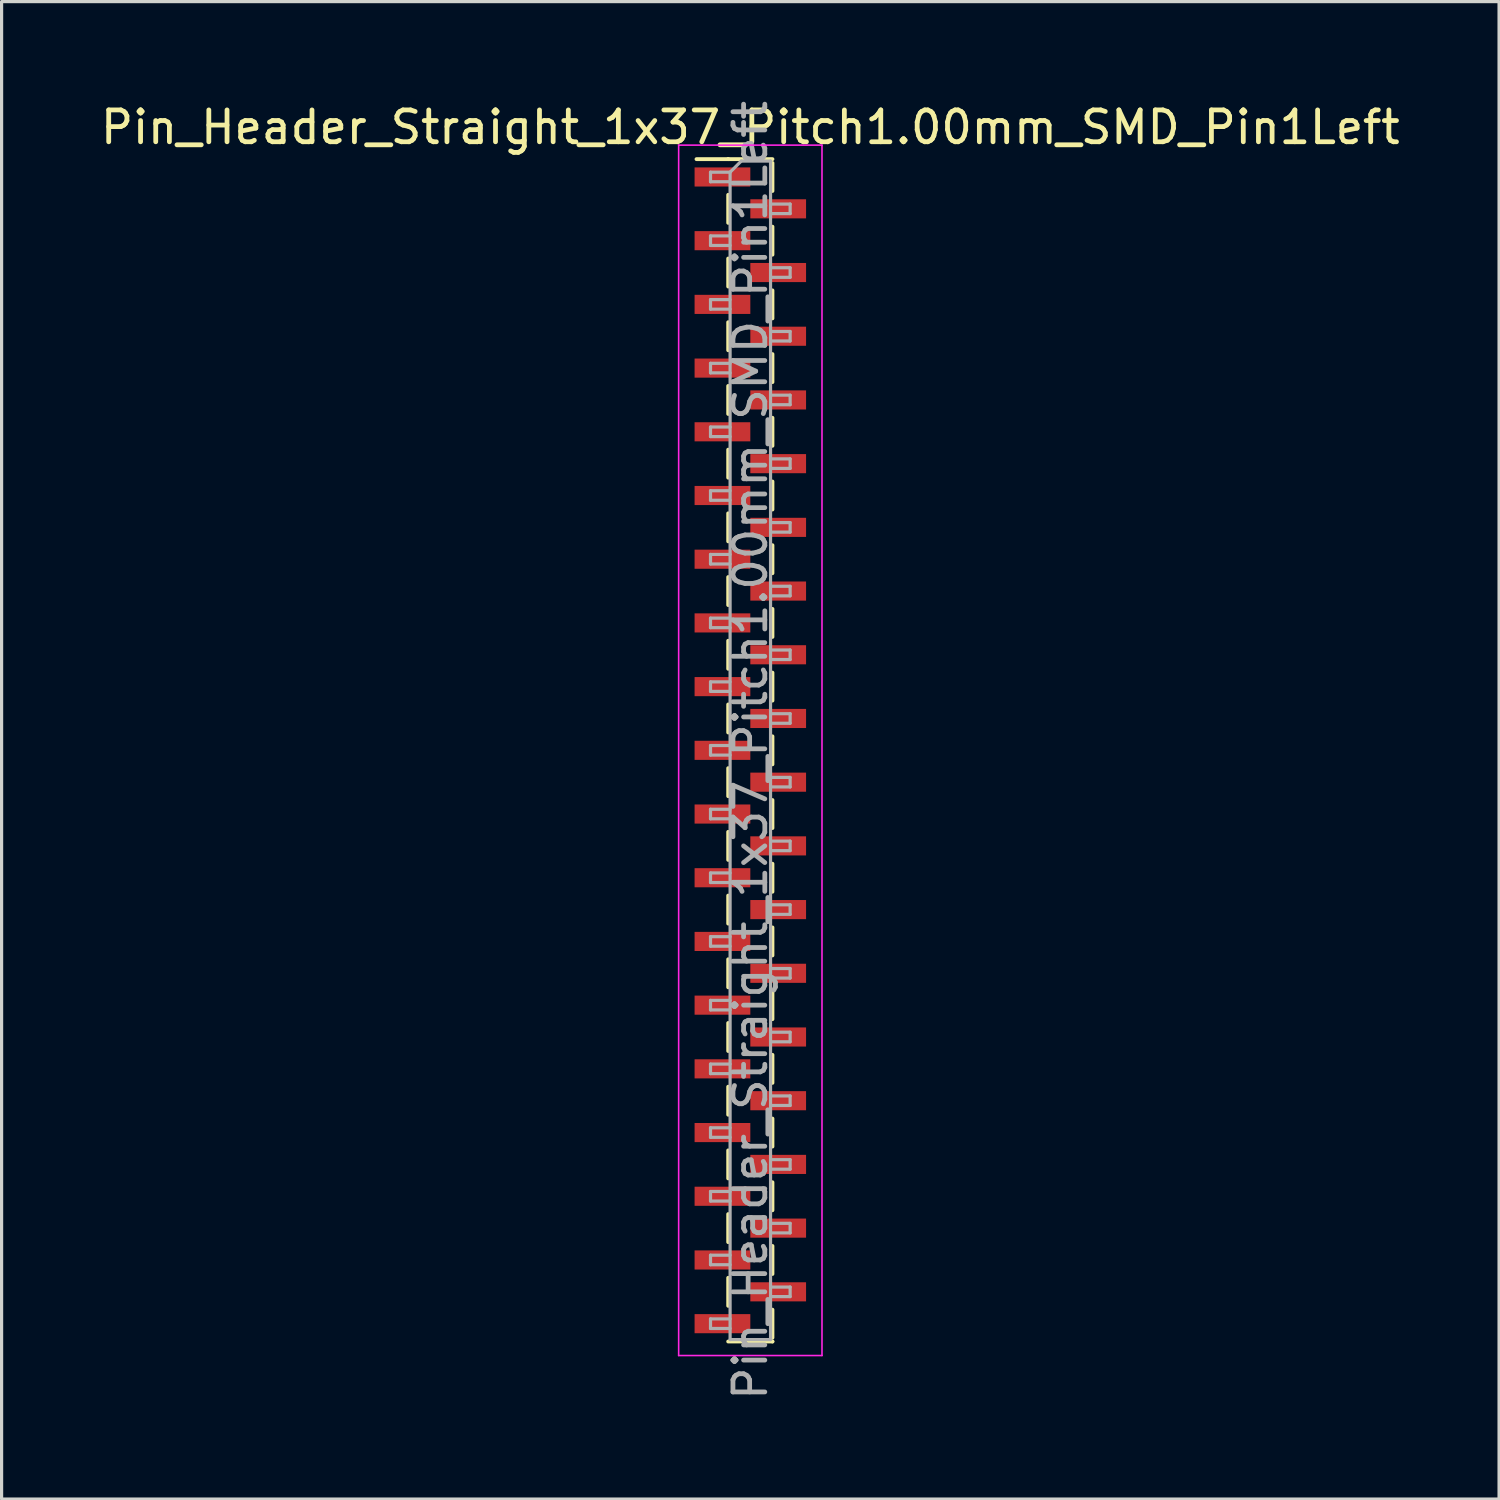
<source format=kicad_pcb>
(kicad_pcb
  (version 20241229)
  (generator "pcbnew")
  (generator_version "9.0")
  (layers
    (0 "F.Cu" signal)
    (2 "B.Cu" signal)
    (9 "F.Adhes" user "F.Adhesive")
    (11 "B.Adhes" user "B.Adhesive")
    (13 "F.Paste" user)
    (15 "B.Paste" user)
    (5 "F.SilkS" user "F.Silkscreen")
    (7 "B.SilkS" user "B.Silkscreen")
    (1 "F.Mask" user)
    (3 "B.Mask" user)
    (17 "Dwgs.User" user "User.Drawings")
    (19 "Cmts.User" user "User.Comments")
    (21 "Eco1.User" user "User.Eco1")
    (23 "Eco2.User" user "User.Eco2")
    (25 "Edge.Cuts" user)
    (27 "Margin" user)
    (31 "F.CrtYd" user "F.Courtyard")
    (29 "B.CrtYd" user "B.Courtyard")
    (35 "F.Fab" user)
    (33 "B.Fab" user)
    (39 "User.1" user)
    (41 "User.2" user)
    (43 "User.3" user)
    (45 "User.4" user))
  (footprint "Pin_Header_Straight_1x37_Pitch1.00mm_SMD_Pin1Left"
    (layer "F.Cu")
    (at 20.506 20.506)
    (property "Reference" "Pin_Header_Straight_1x37_Pitch1.00mm_SMD_Pin1Left" (at 0 -19.56 0) (layer "F.SilkS") (effects (font (size 1 1) (thickness 0.15))))
    (attr smd)
    (fp_line (start -0.695 -18.56) (end -1.69 -18.56) (stroke (width 0.12) (type solid)) (layer "F.SilkS"))
    (fp_line (start -0.695 -18.56) (end -0.695 -18.56) (stroke (width 0.12) (type solid)) (layer "F.SilkS"))
    (fp_line (start -0.695 -18.56) (end 0.695 -18.56) (stroke (width 0.12) (type solid)) (layer "F.SilkS"))
    (fp_line (start -0.695 -17.44) (end -0.695 -16.56) (stroke (width 0.12) (type solid)) (layer "F.SilkS"))
    (fp_line (start -0.695 -15.44) (end -0.695 -14.56) (stroke (width 0.12) (type solid)) (layer "F.SilkS"))
    (fp_line (start -0.695 -13.44) (end -0.695 -12.56) (stroke (width 0.12) (type solid)) (layer "F.SilkS"))
    (fp_line (start -0.695 -11.44) (end -0.695 -10.56) (stroke (width 0.12) (type solid)) (layer "F.SilkS"))
    (fp_line (start -0.695 -9.44) (end -0.695 -8.56) (stroke (width 0.12) (type solid)) (layer "F.SilkS"))
    (fp_line (start -0.695 -7.44) (end -0.695 -6.56) (stroke (width 0.12) (type solid)) (layer "F.SilkS"))
    (fp_line (start -0.695 -5.44) (end -0.695 -4.56) (stroke (width 0.12) (type solid)) (layer "F.SilkS"))
    (fp_line (start -0.695 -3.44) (end -0.695 -2.56) (stroke (width 0.12) (type solid)) (layer "F.SilkS"))
    (fp_line (start -0.695 -1.44) (end -0.695 -0.56) (stroke (width 0.12) (type solid)) (layer "F.SilkS"))
    (fp_line (start -0.695 0.56) (end -0.695 1.44) (stroke (width 0.12) (type solid)) (layer "F.SilkS"))
    (fp_line (start -0.695 2.56) (end -0.695 3.44) (stroke (width 0.12) (type solid)) (layer "F.SilkS"))
    (fp_line (start -0.695 4.56) (end -0.695 5.44) (stroke (width 0.12) (type solid)) (layer "F.SilkS"))
    (fp_line (start -0.695 6.56) (end -0.695 7.44) (stroke (width 0.12) (type solid)) (layer "F.SilkS"))
    (fp_line (start -0.695 8.56) (end -0.695 9.44) (stroke (width 0.12) (type solid)) (layer "F.SilkS"))
    (fp_line (start -0.695 10.56) (end -0.695 11.44) (stroke (width 0.12) (type solid)) (layer "F.SilkS"))
    (fp_line (start -0.695 12.56) (end -0.695 13.44) (stroke (width 0.12) (type solid)) (layer "F.SilkS"))
    (fp_line (start -0.695 14.56) (end -0.695 15.44) (stroke (width 0.12) (type solid)) (layer "F.SilkS"))
    (fp_line (start -0.695 16.56) (end -0.695 17.44) (stroke (width 0.12) (type solid)) (layer "F.SilkS"))
    (fp_line (start -0.695 18.56) (end 0.695 18.56) (stroke (width 0.12) (type solid)) (layer "F.SilkS"))
    (fp_line (start 0.695 -18.44) (end 0.695 -17.56) (stroke (width 0.12) (type solid)) (layer "F.SilkS"))
    (fp_line (start 0.695 -16.44) (end 0.695 -15.56) (stroke (width 0.12) (type solid)) (layer "F.SilkS"))
    (fp_line (start 0.695 -14.44) (end 0.695 -13.56) (stroke (width 0.12) (type solid)) (layer "F.SilkS"))
    (fp_line (start 0.695 -12.44) (end 0.695 -11.56) (stroke (width 0.12) (type solid)) (layer "F.SilkS"))
    (fp_line (start 0.695 -10.44) (end 0.695 -9.56) (stroke (width 0.12) (type solid)) (layer "F.SilkS"))
    (fp_line (start 0.695 -8.44) (end 0.695 -7.56) (stroke (width 0.12) (type solid)) (layer "F.SilkS"))
    (fp_line (start 0.695 -6.44) (end 0.695 -5.56) (stroke (width 0.12) (type solid)) (layer "F.SilkS"))
    (fp_line (start 0.695 -4.44) (end 0.695 -3.56) (stroke (width 0.12) (type solid)) (layer "F.SilkS"))
    (fp_line (start 0.695 -2.44) (end 0.695 -1.56) (stroke (width 0.12) (type solid)) (layer "F.SilkS"))
    (fp_line (start 0.695 -0.44) (end 0.695 0.44) (stroke (width 0.12) (type solid)) (layer "F.SilkS"))
    (fp_line (start 0.695 1.56) (end 0.695 2.44) (stroke (width 0.12) (type solid)) (layer "F.SilkS"))
    (fp_line (start 0.695 3.56) (end 0.695 4.44) (stroke (width 0.12) (type solid)) (layer "F.SilkS"))
    (fp_line (start 0.695 5.56) (end 0.695 6.44) (stroke (width 0.12) (type solid)) (layer "F.SilkS"))
    (fp_line (start 0.695 7.56) (end 0.695 8.44) (stroke (width 0.12) (type solid)) (layer "F.SilkS"))
    (fp_line (start 0.695 9.56) (end 0.695 10.44) (stroke (width 0.12) (type solid)) (layer "F.SilkS"))
    (fp_line (start 0.695 11.56) (end 0.695 12.44) (stroke (width 0.12) (type solid)) (layer "F.SilkS"))
    (fp_line (start 0.695 13.56) (end 0.695 14.44) (stroke (width 0.12) (type solid)) (layer "F.SilkS"))
    (fp_line (start 0.695 15.56) (end 0.695 16.44) (stroke (width 0.12) (type solid)) (layer "F.SilkS"))
    (fp_line (start 0.695 17.56) (end 0.695 18.44) (stroke (width 0.12) (type solid)) (layer "F.SilkS"))
    (fp_line (start 0.695 18.56) (end 0.695 18.56) (stroke (width 0.12) (type solid)) (layer "F.SilkS"))
    (fp_line (start -2.25 -19) (end -2.25 19) (stroke (width 0.05) (type solid)) (layer "F.CrtYd"))
    (fp_line (start -2.25 19) (end 2.25 19) (stroke (width 0.05) (type solid)) (layer "F.CrtYd"))
    (fp_line (start 2.25 -19) (end -2.25 -19) (stroke (width 0.05) (type solid)) (layer "F.CrtYd"))
    (fp_line (start 2.25 19) (end 2.25 -19) (stroke (width 0.05) (type solid)) (layer "F.CrtYd"))
    (fp_line (start -1.25 -18.15) (end -1.25 -17.85) (stroke (width 0.1) (type solid)) (layer "F.Fab"))
    (fp_line (start -1.25 -17.85) (end -0.635 -17.85) (stroke (width 0.1) (type solid)) (layer "F.Fab"))
    (fp_line (start -1.25 -16.15) (end -1.25 -15.85) (stroke (width 0.1) (type solid)) (layer "F.Fab"))
    (fp_line (start -1.25 -15.85) (end -0.635 -15.85) (stroke (width 0.1) (type solid)) (layer "F.Fab"))
    (fp_line (start -1.25 -14.15) (end -1.25 -13.85) (stroke (width 0.1) (type solid)) (layer "F.Fab"))
    (fp_line (start -1.25 -13.85) (end -0.635 -13.85) (stroke (width 0.1) (type solid)) (layer "F.Fab"))
    (fp_line (start -1.25 -12.15) (end -1.25 -11.85) (stroke (width 0.1) (type solid)) (layer "F.Fab"))
    (fp_line (start -1.25 -11.85) (end -0.635 -11.85) (stroke (width 0.1) (type solid)) (layer "F.Fab"))
    (fp_line (start -1.25 -10.15) (end -1.25 -9.85) (stroke (width 0.1) (type solid)) (layer "F.Fab"))
    (fp_line (start -1.25 -9.85) (end -0.635 -9.85) (stroke (width 0.1) (type solid)) (layer "F.Fab"))
    (fp_line (start -1.25 -8.15) (end -1.25 -7.85) (stroke (width 0.1) (type solid)) (layer "F.Fab"))
    (fp_line (start -1.25 -7.85) (end -0.635 -7.85) (stroke (width 0.1) (type solid)) (layer "F.Fab"))
    (fp_line (start -1.25 -6.15) (end -1.25 -5.85) (stroke (width 0.1) (type solid)) (layer "F.Fab"))
    (fp_line (start -1.25 -5.85) (end -0.635 -5.85) (stroke (width 0.1) (type solid)) (layer "F.Fab"))
    (fp_line (start -1.25 -4.15) (end -1.25 -3.85) (stroke (width 0.1) (type solid)) (layer "F.Fab"))
    (fp_line (start -1.25 -3.85) (end -0.635 -3.85) (stroke (width 0.1) (type solid)) (layer "F.Fab"))
    (fp_line (start -1.25 -2.15) (end -1.25 -1.85) (stroke (width 0.1) (type solid)) (layer "F.Fab"))
    (fp_line (start -1.25 -1.85) (end -0.635 -1.85) (stroke (width 0.1) (type solid)) (layer "F.Fab"))
    (fp_line (start -1.25 -0.15) (end -1.25 0.15) (stroke (width 0.1) (type solid)) (layer "F.Fab"))
    (fp_line (start -1.25 0.15) (end -0.635 0.15) (stroke (width 0.1) (type solid)) (layer "F.Fab"))
    (fp_line (start -1.25 1.85) (end -1.25 2.15) (stroke (width 0.1) (type solid)) (layer "F.Fab"))
    (fp_line (start -1.25 2.15) (end -0.635 2.15) (stroke (width 0.1) (type solid)) (layer "F.Fab"))
    (fp_line (start -1.25 3.85) (end -1.25 4.15) (stroke (width 0.1) (type solid)) (layer "F.Fab"))
    (fp_line (start -1.25 4.15) (end -0.635 4.15) (stroke (width 0.1) (type solid)) (layer "F.Fab"))
    (fp_line (start -1.25 5.85) (end -1.25 6.15) (stroke (width 0.1) (type solid)) (layer "F.Fab"))
    (fp_line (start -1.25 6.15) (end -0.635 6.15) (stroke (width 0.1) (type solid)) (layer "F.Fab"))
    (fp_line (start -1.25 7.85) (end -1.25 8.15) (stroke (width 0.1) (type solid)) (layer "F.Fab"))
    (fp_line (start -1.25 8.15) (end -0.635 8.15) (stroke (width 0.1) (type solid)) (layer "F.Fab"))
    (fp_line (start -1.25 9.85) (end -1.25 10.15) (stroke (width 0.1) (type solid)) (layer "F.Fab"))
    (fp_line (start -1.25 10.15) (end -0.635 10.15) (stroke (width 0.1) (type solid)) (layer "F.Fab"))
    (fp_line (start -1.25 11.85) (end -1.25 12.15) (stroke (width 0.1) (type solid)) (layer "F.Fab"))
    (fp_line (start -1.25 12.15) (end -0.635 12.15) (stroke (width 0.1) (type solid)) (layer "F.Fab"))
    (fp_line (start -1.25 13.85) (end -1.25 14.15) (stroke (width 0.1) (type solid)) (layer "F.Fab"))
    (fp_line (start -1.25 14.15) (end -0.635 14.15) (stroke (width 0.1) (type solid)) (layer "F.Fab"))
    (fp_line (start -1.25 15.85) (end -1.25 16.15) (stroke (width 0.1) (type solid)) (layer "F.Fab"))
    (fp_line (start -1.25 16.15) (end -0.635 16.15) (stroke (width 0.1) (type solid)) (layer "F.Fab"))
    (fp_line (start -1.25 17.85) (end -1.25 18.15) (stroke (width 0.1) (type solid)) (layer "F.Fab"))
    (fp_line (start -1.25 18.15) (end -0.635 18.15) (stroke (width 0.1) (type solid)) (layer "F.Fab"))
    (fp_line (start -0.635 -18.15) (end -1.25 -18.15) (stroke (width 0.1) (type solid)) (layer "F.Fab"))
    (fp_line (start -0.635 -18.15) (end -0.285 -18.5) (stroke (width 0.1) (type solid)) (layer "F.Fab"))
    (fp_line (start -0.635 -16.15) (end -1.25 -16.15) (stroke (width 0.1) (type solid)) (layer "F.Fab"))
    (fp_line (start -0.635 -14.15) (end -1.25 -14.15) (stroke (width 0.1) (type solid)) (layer "F.Fab"))
    (fp_line (start -0.635 -12.15) (end -1.25 -12.15) (stroke (width 0.1) (type solid)) (layer "F.Fab"))
    (fp_line (start -0.635 -10.15) (end -1.25 -10.15) (stroke (width 0.1) (type solid)) (layer "F.Fab"))
    (fp_line (start -0.635 -8.15) (end -1.25 -8.15) (stroke (width 0.1) (type solid)) (layer "F.Fab"))
    (fp_line (start -0.635 -6.15) (end -1.25 -6.15) (stroke (width 0.1) (type solid)) (layer "F.Fab"))
    (fp_line (start -0.635 -4.15) (end -1.25 -4.15) (stroke (width 0.1) (type solid)) (layer "F.Fab"))
    (fp_line (start -0.635 -2.15) (end -1.25 -2.15) (stroke (width 0.1) (type solid)) (layer "F.Fab"))
    (fp_line (start -0.635 -0.15) (end -1.25 -0.15) (stroke (width 0.1) (type solid)) (layer "F.Fab"))
    (fp_line (start -0.635 1.85) (end -1.25 1.85) (stroke (width 0.1) (type solid)) (layer "F.Fab"))
    (fp_line (start -0.635 3.85) (end -1.25 3.85) (stroke (width 0.1) (type solid)) (layer "F.Fab"))
    (fp_line (start -0.635 5.85) (end -1.25 5.85) (stroke (width 0.1) (type solid)) (layer "F.Fab"))
    (fp_line (start -0.635 7.85) (end -1.25 7.85) (stroke (width 0.1) (type solid)) (layer "F.Fab"))
    (fp_line (start -0.635 9.85) (end -1.25 9.85) (stroke (width 0.1) (type solid)) (layer "F.Fab"))
    (fp_line (start -0.635 11.85) (end -1.25 11.85) (stroke (width 0.1) (type solid)) (layer "F.Fab"))
    (fp_line (start -0.635 13.85) (end -1.25 13.85) (stroke (width 0.1) (type solid)) (layer "F.Fab"))
    (fp_line (start -0.635 15.85) (end -1.25 15.85) (stroke (width 0.1) (type solid)) (layer "F.Fab"))
    (fp_line (start -0.635 17.85) (end -1.25 17.85) (stroke (width 0.1) (type solid)) (layer "F.Fab"))
    (fp_line (start -0.635 18.5) (end -0.635 -18.15) (stroke (width 0.1) (type solid)) (layer "F.Fab"))
    (fp_line (start -0.285 -18.5) (end 0.635 -18.5) (stroke (width 0.1) (type solid)) (layer "F.Fab"))
    (fp_line (start 0.635 -18.5) (end 0.635 18.5) (stroke (width 0.1) (type solid)) (layer "F.Fab"))
    (fp_line (start 0.635 -17.15) (end 1.25 -17.15) (stroke (width 0.1) (type solid)) (layer "F.Fab"))
    (fp_line (start 0.635 -15.15) (end 1.25 -15.15) (stroke (width 0.1) (type solid)) (layer "F.Fab"))
    (fp_line (start 0.635 -13.15) (end 1.25 -13.15) (stroke (width 0.1) (type solid)) (layer "F.Fab"))
    (fp_line (start 0.635 -11.15) (end 1.25 -11.15) (stroke (width 0.1) (type solid)) (layer "F.Fab"))
    (fp_line (start 0.635 -9.15) (end 1.25 -9.15) (stroke (width 0.1) (type solid)) (layer "F.Fab"))
    (fp_line (start 0.635 -7.15) (end 1.25 -7.15) (stroke (width 0.1) (type solid)) (layer "F.Fab"))
    (fp_line (start 0.635 -5.15) (end 1.25 -5.15) (stroke (width 0.1) (type solid)) (layer "F.Fab"))
    (fp_line (start 0.635 -3.15) (end 1.25 -3.15) (stroke (width 0.1) (type solid)) (layer "F.Fab"))
    (fp_line (start 0.635 -1.15) (end 1.25 -1.15) (stroke (width 0.1) (type solid)) (layer "F.Fab"))
    (fp_line (start 0.635 0.85) (end 1.25 0.85) (stroke (width 0.1) (type solid)) (layer "F.Fab"))
    (fp_line (start 0.635 2.85) (end 1.25 2.85) (stroke (width 0.1) (type solid)) (layer "F.Fab"))
    (fp_line (start 0.635 4.85) (end 1.25 4.85) (stroke (width 0.1) (type solid)) (layer "F.Fab"))
    (fp_line (start 0.635 6.85) (end 1.25 6.85) (stroke (width 0.1) (type solid)) (layer "F.Fab"))
    (fp_line (start 0.635 8.85) (end 1.25 8.85) (stroke (width 0.1) (type solid)) (layer "F.Fab"))
    (fp_line (start 0.635 10.85) (end 1.25 10.85) (stroke (width 0.1) (type solid)) (layer "F.Fab"))
    (fp_line (start 0.635 12.85) (end 1.25 12.85) (stroke (width 0.1) (type solid)) (layer "F.Fab"))
    (fp_line (start 0.635 14.85) (end 1.25 14.85) (stroke (width 0.1) (type solid)) (layer "F.Fab"))
    (fp_line (start 0.635 16.85) (end 1.25 16.85) (stroke (width 0.1) (type solid)) (layer "F.Fab"))
    (fp_line (start 0.635 18.5) (end -0.635 18.5) (stroke (width 0.1) (type solid)) (layer "F.Fab"))
    (fp_line (start 1.25 -17.15) (end 1.25 -16.85) (stroke (width 0.1) (type solid)) (layer "F.Fab"))
    (fp_line (start 1.25 -16.85) (end 0.635 -16.85) (stroke (width 0.1) (type solid)) (layer "F.Fab"))
    (fp_line (start 1.25 -15.15) (end 1.25 -14.85) (stroke (width 0.1) (type solid)) (layer "F.Fab"))
    (fp_line (start 1.25 -14.85) (end 0.635 -14.85) (stroke (width 0.1) (type solid)) (layer "F.Fab"))
    (fp_line (start 1.25 -13.15) (end 1.25 -12.85) (stroke (width 0.1) (type solid)) (layer "F.Fab"))
    (fp_line (start 1.25 -12.85) (end 0.635 -12.85) (stroke (width 0.1) (type solid)) (layer "F.Fab"))
    (fp_line (start 1.25 -11.15) (end 1.25 -10.85) (stroke (width 0.1) (type solid)) (layer "F.Fab"))
    (fp_line (start 1.25 -10.85) (end 0.635 -10.85) (stroke (width 0.1) (type solid)) (layer "F.Fab"))
    (fp_line (start 1.25 -9.15) (end 1.25 -8.85) (stroke (width 0.1) (type solid)) (layer "F.Fab"))
    (fp_line (start 1.25 -8.85) (end 0.635 -8.85) (stroke (width 0.1) (type solid)) (layer "F.Fab"))
    (fp_line (start 1.25 -7.15) (end 1.25 -6.85) (stroke (width 0.1) (type solid)) (layer "F.Fab"))
    (fp_line (start 1.25 -6.85) (end 0.635 -6.85) (stroke (width 0.1) (type solid)) (layer "F.Fab"))
    (fp_line (start 1.25 -5.15) (end 1.25 -4.85) (stroke (width 0.1) (type solid)) (layer "F.Fab"))
    (fp_line (start 1.25 -4.85) (end 0.635 -4.85) (stroke (width 0.1) (type solid)) (layer "F.Fab"))
    (fp_line (start 1.25 -3.15) (end 1.25 -2.85) (stroke (width 0.1) (type solid)) (layer "F.Fab"))
    (fp_line (start 1.25 -2.85) (end 0.635 -2.85) (stroke (width 0.1) (type solid)) (layer "F.Fab"))
    (fp_line (start 1.25 -1.15) (end 1.25 -0.85) (stroke (width 0.1) (type solid)) (layer "F.Fab"))
    (fp_line (start 1.25 -0.85) (end 0.635 -0.85) (stroke (width 0.1) (type solid)) (layer "F.Fab"))
    (fp_line (start 1.25 0.85) (end 1.25 1.15) (stroke (width 0.1) (type solid)) (layer "F.Fab"))
    (fp_line (start 1.25 1.15) (end 0.635 1.15) (stroke (width 0.1) (type solid)) (layer "F.Fab"))
    (fp_line (start 1.25 2.85) (end 1.25 3.15) (stroke (width 0.1) (type solid)) (layer "F.Fab"))
    (fp_line (start 1.25 3.15) (end 0.635 3.15) (stroke (width 0.1) (type solid)) (layer "F.Fab"))
    (fp_line (start 1.25 4.85) (end 1.25 5.15) (stroke (width 0.1) (type solid)) (layer "F.Fab"))
    (fp_line (start 1.25 5.15) (end 0.635 5.15) (stroke (width 0.1) (type solid)) (layer "F.Fab"))
    (fp_line (start 1.25 6.85) (end 1.25 7.15) (stroke (width 0.1) (type solid)) (layer "F.Fab"))
    (fp_line (start 1.25 7.15) (end 0.635 7.15) (stroke (width 0.1) (type solid)) (layer "F.Fab"))
    (fp_line (start 1.25 8.85) (end 1.25 9.15) (stroke (width 0.1) (type solid)) (layer "F.Fab"))
    (fp_line (start 1.25 9.15) (end 0.635 9.15) (stroke (width 0.1) (type solid)) (layer "F.Fab"))
    (fp_line (start 1.25 10.85) (end 1.25 11.15) (stroke (width 0.1) (type solid)) (layer "F.Fab"))
    (fp_line (start 1.25 11.15) (end 0.635 11.15) (stroke (width 0.1) (type solid)) (layer "F.Fab"))
    (fp_line (start 1.25 12.85) (end 1.25 13.15) (stroke (width 0.1) (type solid)) (layer "F.Fab"))
    (fp_line (start 1.25 13.15) (end 0.635 13.15) (stroke (width 0.1) (type solid)) (layer "F.Fab"))
    (fp_line (start 1.25 14.85) (end 1.25 15.15) (stroke (width 0.1) (type solid)) (layer "F.Fab"))
    (fp_line (start 1.25 15.15) (end 0.635 15.15) (stroke (width 0.1) (type solid)) (layer "F.Fab"))
    (fp_line (start 1.25 16.85) (end 1.25 17.15) (stroke (width 0.1) (type solid)) (layer "F.Fab"))
    (fp_line (start 1.25 17.15) (end 0.635 17.15) (stroke (width 0.1) (type solid)) (layer "F.Fab"))
    (fp_text user "${REFERENCE}" (at 0 0 90) (layer "F.Fab") (effects (font (size 1 1) (thickness 0.15))))
    (pad "1" smd rect (at -0.875 -18) (size 1.75 0.6) (layers "F.Cu" "F.Mask" "F.Paste"))
    (pad "2" smd rect (at 0.875 -17) (size 1.75 0.6) (layers "F.Cu" "F.Mask" "F.Paste"))
    (pad "3" smd rect (at -0.875 -16) (size 1.75 0.6) (layers "F.Cu" "F.Mask" "F.Paste"))
    (pad "4" smd rect (at 0.875 -15) (size 1.75 0.6) (layers "F.Cu" "F.Mask" "F.Paste"))
    (pad "5" smd rect (at -0.875 -14) (size 1.75 0.6) (layers "F.Cu" "F.Mask" "F.Paste"))
    (pad "6" smd rect (at 0.875 -13) (size 1.75 0.6) (layers "F.Cu" "F.Mask" "F.Paste"))
    (pad "7" smd rect (at -0.875 -12) (size 1.75 0.6) (layers "F.Cu" "F.Mask" "F.Paste"))
    (pad "8" smd rect (at 0.875 -11) (size 1.75 0.6) (layers "F.Cu" "F.Mask" "F.Paste"))
    (pad "9" smd rect (at -0.875 -10) (size 1.75 0.6) (layers "F.Cu" "F.Mask" "F.Paste"))
    (pad "10" smd rect (at 0.875 -9) (size 1.75 0.6) (layers "F.Cu" "F.Mask" "F.Paste"))
    (pad "11" smd rect (at -0.875 -8) (size 1.75 0.6) (layers "F.Cu" "F.Mask" "F.Paste"))
    (pad "12" smd rect (at 0.875 -7) (size 1.75 0.6) (layers "F.Cu" "F.Mask" "F.Paste"))
    (pad "13" smd rect (at -0.875 -6) (size 1.75 0.6) (layers "F.Cu" "F.Mask" "F.Paste"))
    (pad "14" smd rect (at 0.875 -5) (size 1.75 0.6) (layers "F.Cu" "F.Mask" "F.Paste"))
    (pad "15" smd rect (at -0.875 -4) (size 1.75 0.6) (layers "F.Cu" "F.Mask" "F.Paste"))
    (pad "16" smd rect (at 0.875 -3) (size 1.75 0.6) (layers "F.Cu" "F.Mask" "F.Paste"))
    (pad "17" smd rect (at -0.875 -2) (size 1.75 0.6) (layers "F.Cu" "F.Mask" "F.Paste"))
    (pad "18" smd rect (at 0.875 -1) (size 1.75 0.6) (layers "F.Cu" "F.Mask" "F.Paste"))
    (pad "19" smd rect (at -0.875 0) (size 1.75 0.6) (layers "F.Cu" "F.Mask" "F.Paste"))
    (pad "20" smd rect (at 0.875 1) (size 1.75 0.6) (layers "F.Cu" "F.Mask" "F.Paste"))
    (pad "21" smd rect (at -0.875 2) (size 1.75 0.6) (layers "F.Cu" "F.Mask" "F.Paste"))
    (pad "22" smd rect (at 0.875 3) (size 1.75 0.6) (layers "F.Cu" "F.Mask" "F.Paste"))
    (pad "23" smd rect (at -0.875 4) (size 1.75 0.6) (layers "F.Cu" "F.Mask" "F.Paste"))
    (pad "24" smd rect (at 0.875 5) (size 1.75 0.6) (layers "F.Cu" "F.Mask" "F.Paste"))
    (pad "25" smd rect (at -0.875 6) (size 1.75 0.6) (layers "F.Cu" "F.Mask" "F.Paste"))
    (pad "26" smd rect (at 0.875 7) (size 1.75 0.6) (layers "F.Cu" "F.Mask" "F.Paste"))
    (pad "27" smd rect (at -0.875 8) (size 1.75 0.6) (layers "F.Cu" "F.Mask" "F.Paste"))
    (pad "28" smd rect (at 0.875 9) (size 1.75 0.6) (layers "F.Cu" "F.Mask" "F.Paste"))
    (pad "29" smd rect (at -0.875 10) (size 1.75 0.6) (layers "F.Cu" "F.Mask" "F.Paste"))
    (pad "30" smd rect (at 0.875 11) (size 1.75 0.6) (layers "F.Cu" "F.Mask" "F.Paste"))
    (pad "31" smd rect (at -0.875 12) (size 1.75 0.6) (layers "F.Cu" "F.Mask" "F.Paste"))
    (pad "32" smd rect (at 0.875 13) (size 1.75 0.6) (layers "F.Cu" "F.Mask" "F.Paste"))
    (pad "33" smd rect (at -0.875 14) (size 1.75 0.6) (layers "F.Cu" "F.Mask" "F.Paste"))
    (pad "34" smd rect (at 0.875 15) (size 1.75 0.6) (layers "F.Cu" "F.Mask" "F.Paste"))
    (pad "35" smd rect (at -0.875 16) (size 1.75 0.6) (layers "F.Cu" "F.Mask" "F.Paste"))
    (pad "36" smd rect (at 0.875 17) (size 1.75 0.6) (layers "F.Cu" "F.Mask" "F.Paste"))
    (pad "37" smd rect (at -0.875 18) (size 1.75 0.6) (layers "F.Cu" "F.Mask" "F.Paste")))
  (gr_rect
    (start -3 -3)
    (end 44.012 44.012)
    (stroke (width 0.1) (type default))
    (fill no)
    (layer "Edge.Cuts")))
</source>
